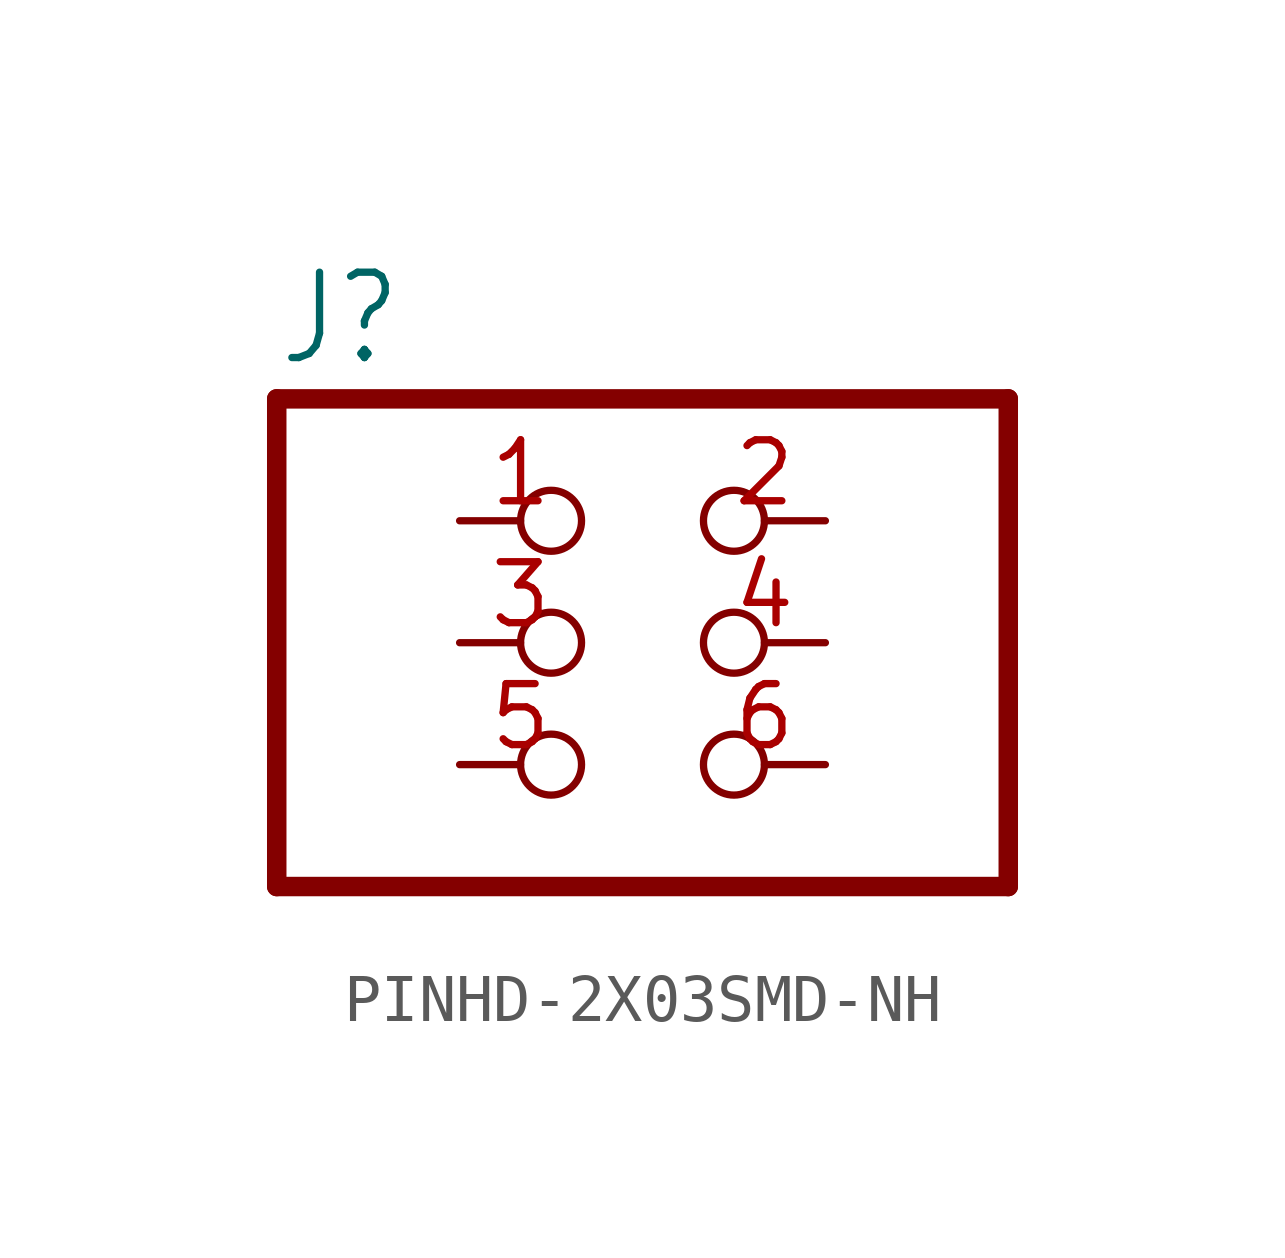
<source format=kicad_sym>
(kicad_symbol_lib
  (version 20231120)
  (generator "kicad_symbol_editor")
  (generator_version "8.0")
  (symbol "PINHD-2X03SMD-NH"
    (property "Reference" "J"
      (at -6.35 5.715 0)
      (effects (font (size 1.778 1.511)) (justify left bottom)))
    (property "ki_locked" ""
      (at 0 0 0)
      (effects (font (size 1.27 1.27))))
    (symbol "PINHD-2X03SMD-NH_1_0"
      (polyline (pts (xy -6.35 -5.08) (xy 8.89 -5.08)) (stroke (width 0.406) (type solid)) (fill (type none)))
      (polyline (pts (xy -6.35 5.08) (xy -6.35 -5.08)) (stroke (width 0.406) (type solid)) (fill (type none)))
      (polyline (pts (xy 8.89 -5.08) (xy 8.89 5.08)) (stroke (width 0.406) (type solid)) (fill (type none)))
      (polyline (pts (xy 8.89 5.08) (xy -6.35 5.08)) (stroke (width 0.406) (type solid)) (fill (type none)))
      (pin passive inverted (at -2.54 2.54 0) (length 2.54) (name "1" (effects (font (size 0 0)))) (number "1" (effects (font (size 1.27 1.27)))))
      (pin passive inverted (at 5.08 2.54 180) (length 2.54) (name "2" (effects (font (size 0 0)))) (number "2" (effects (font (size 1.27 1.27)))))
      (pin passive inverted (at -2.54 0 0) (length 2.54) (name "3" (effects (font (size 0 0)))) (number "3" (effects (font (size 1.27 1.27)))))
      (pin passive inverted (at 5.08 0 180) (length 2.54) (name "4" (effects (font (size 0 0)))) (number "4" (effects (font (size 1.27 1.27)))))
      (pin passive inverted (at -2.54 -2.54 0) (length 2.54) (name "5" (effects (font (size 0 0)))) (number "5" (effects (font (size 1.27 1.27)))))
      (pin passive inverted (at 5.08 -2.54 180) (length 2.54) (name "6" (effects (font (size 0 0)))) (number "6" (effects (font (size 1.27 1.27))))))))
</source>
